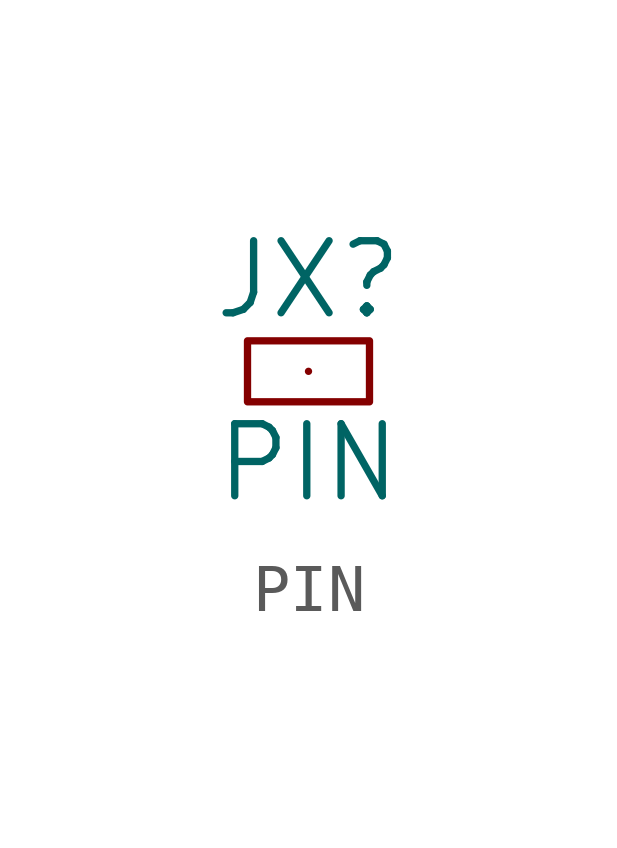
<source format=kicad_sym>
(kicad_symbol_lib
  (version 20220914)
  (generator kicad_symbol_editor)
  (symbol "PIN"
    (pin_names
      (offset 0))
    (property "Reference" "JX"
      (at 0 1.905 0)
      (effects (font (size 1.5 1.5))))
    (property "Value" "PIN"
      (at 0 -1.905 0)
      (effects (font (size 1.5 1.5))))
    (property "Footprint" ""
      (at 0 0 0)
      (effects (font (size 1.524 1.524))))
    (property "Datasheet" ""
      (at 0 0 0)
      (effects (font (size 1.524 1.524))))
    (symbol "PIN_0_1"
      (rectangle (start -1.27 0.635) (end 1.27 -0.635) (stroke (width 0) (type solid)) (fill (type none))))
    (symbol "PIN_1_1"
      (pin passive line (at 0 0 0) (length 0) (name "~" (effects (font (size 0 0)))) (number "1" (effects (font (size 0 0))))))))
</source>
